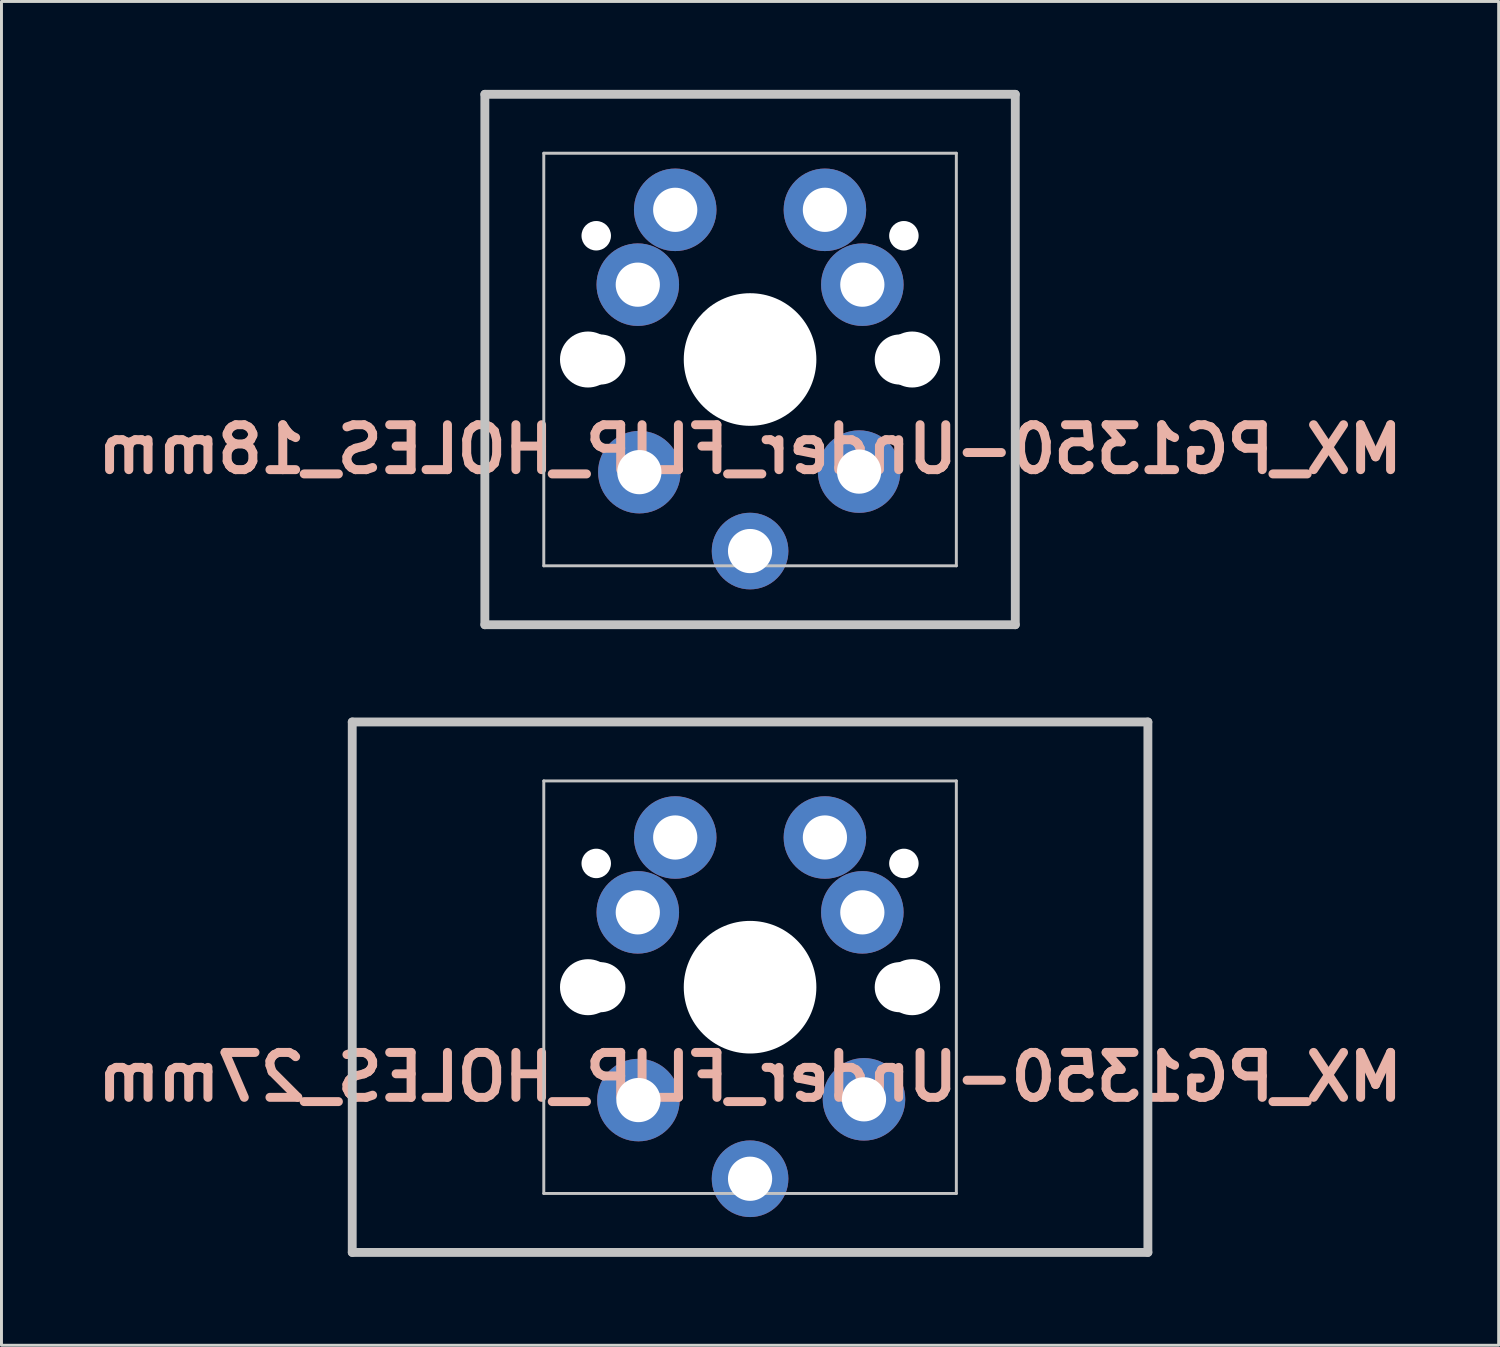
<source format=kicad_pcb>
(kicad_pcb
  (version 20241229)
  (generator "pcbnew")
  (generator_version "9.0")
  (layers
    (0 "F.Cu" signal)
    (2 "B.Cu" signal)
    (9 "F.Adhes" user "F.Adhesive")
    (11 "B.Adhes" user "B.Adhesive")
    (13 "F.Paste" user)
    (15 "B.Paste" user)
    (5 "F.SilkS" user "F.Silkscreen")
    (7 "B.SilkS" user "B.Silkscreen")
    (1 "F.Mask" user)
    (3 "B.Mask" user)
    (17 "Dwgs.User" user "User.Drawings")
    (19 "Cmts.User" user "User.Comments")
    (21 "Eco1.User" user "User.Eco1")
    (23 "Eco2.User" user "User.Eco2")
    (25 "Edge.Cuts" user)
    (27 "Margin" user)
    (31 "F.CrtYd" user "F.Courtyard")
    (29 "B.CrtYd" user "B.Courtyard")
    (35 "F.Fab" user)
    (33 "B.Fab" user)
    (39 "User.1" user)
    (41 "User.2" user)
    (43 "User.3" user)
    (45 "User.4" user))
  (footprint "MX_PG1350-Under_FLIP_HOLES_27mm"
    (layer "F.Cu")
    (at 22.403 30.45)
    (property "Reference" "MX_PG1350-Under_FLIP_HOLES_27mm" (at 0 3.048 180) (layer "B.SilkS") (effects (font (size 1.524 1.524) (thickness 0.305)) (justify mirror)))
    (attr through_hole)
    (fp_line (start -13.5 -9) (end 13.5 -9) (stroke (width 0.3) (type solid)) (layer "Dwgs.User"))
    (fp_line (start -13.5 9) (end -13.5 -9) (stroke (width 0.3) (type solid)) (layer "Dwgs.User"))
    (fp_line (start -7 -7) (end 7 -7) (stroke (width 0.1) (type solid)) (layer "Dwgs.User"))
    (fp_line (start -7 7) (end -7 -7) (stroke (width 0.1) (type solid)) (layer "Dwgs.User"))
    (fp_line (start 7 -7) (end 7 7) (stroke (width 0.1) (type solid)) (layer "Dwgs.User"))
    (fp_line (start 7 7) (end -7 7) (stroke (width 0.1) (type solid)) (layer "Dwgs.User"))
    (fp_line (start 13.5 -9) (end 13.5 9) (stroke (width 0.3) (type solid)) (layer "Dwgs.User"))
    (fp_line (start 13.5 9) (end -13.5 9) (stroke (width 0.3) (type solid)) (layer "Dwgs.User"))
    (pad "" np_thru_hole circle (at -5.5 0) (size 1.9 1.9) (drill 1.9) (layers "*.Cu" "*.Mask"))
    (pad "" np_thru_hole circle (at -5.22 -4.2) (size 1 1) (drill 1) (layers "*.Cu" "*.Mask"))
    (pad "" np_thru_hole circle (at -5.08 0) (size 1.7 1.7) (drill 1.7) (layers "*.Cu" "*.Mask"))
    (pad "" np_thru_hole circle (at 0 0) (size 4.5 4.5) (drill 4.5) (layers "*.Cu" "*.Mask"))
    (pad "" np_thru_hole circle (at 5.08 0) (size 1.7 1.7) (drill 1.7) (layers "*.Cu" "*.Mask"))
    (pad "" np_thru_hole circle (at 5.22 -4.2) (size 1 1) (drill 1) (layers "*.Cu" "*.Mask"))
    (pad "" np_thru_hole circle (at 5.5 0) (size 1.9 1.9) (drill 1.9) (layers "*.Cu" "*.Mask"))
    (pad "1" thru_hole circle (at -3.81 -2.54) (size 2.8 2.8) (drill 1.5) (layers "*.Cu" "*.Mask"))
    (pad "1" thru_hole circle (at -2.54 -5.08) (size 2.8 2.8) (drill 1.5) (layers "*.Cu" "*.Mask"))
    (pad "1" thru_hole circle (at 0 6.5) (size 2.6 2.6) (drill 1.5) (layers "*.Cu" "*.Mask"))
    (pad "2" thru_hole circle (at -3.788 3.83) (size 2.8 2.8) (drill 1.5) (layers "*.Cu" "*.Mask"))
    (pad "2" thru_hole circle (at 2.54 -5.08) (size 2.8 2.8) (drill 1.5) (layers "*.Cu" "*.Mask"))
    (pad "2" thru_hole circle (at 3.81 -2.54) (size 2.8 2.8) (drill 1.5) (layers "*.Cu" "*.Mask"))
    (pad "2" thru_hole circle (at 3.866 3.805) (size 2.8 2.8) (drill 1.5) (layers "*.Cu" "*.Mask")))
  (footprint "MX_PG1350-Under_FLIP_HOLES_18mm"
    (layer "F.Cu")
    (at 22.403 9.15)
    (property "Reference" "MX_PG1350-Under_FLIP_HOLES_18mm" (at 0 3.048 0) (layer "B.SilkS") (effects (font (size 1.524 1.524) (thickness 0.305)) (justify mirror)))
    (attr through_hole)
    (fp_line (start -9 -9) (end 9 -9) (stroke (width 0.3) (type solid)) (layer "Dwgs.User"))
    (fp_line (start -9 9) (end -9 -9) (stroke (width 0.3) (type solid)) (layer "Dwgs.User"))
    (fp_line (start -7 -7) (end 7 -7) (stroke (width 0.1) (type solid)) (layer "Dwgs.User"))
    (fp_line (start -7 7) (end -7 -7) (stroke (width 0.1) (type solid)) (layer "Dwgs.User"))
    (fp_line (start 7 -7) (end 7 7) (stroke (width 0.1) (type solid)) (layer "Dwgs.User"))
    (fp_line (start 7 7) (end -7 7) (stroke (width 0.1) (type solid)) (layer "Dwgs.User"))
    (fp_line (start 9 -9) (end 9 9) (stroke (width 0.3) (type solid)) (layer "Dwgs.User"))
    (fp_line (start 9 9) (end -9 9) (stroke (width 0.3) (type solid)) (layer "Dwgs.User"))
    (pad "" np_thru_hole circle (at -5.5 0) (size 1.9 1.9) (drill 1.9) (layers "*.Cu" "*.Mask"))
    (pad "" np_thru_hole circle (at -5.22 -4.2) (size 1 1) (drill 1) (layers "*.Cu" "*.Mask"))
    (pad "" np_thru_hole circle (at -5.08 0) (size 1.7 1.7) (drill 1.7) (layers "*.Cu" "*.Mask"))
    (pad "" np_thru_hole circle (at 0 0) (size 4.5 4.5) (drill 4.5) (layers "*.Cu" "*.Mask"))
    (pad "" np_thru_hole circle (at 5.08 0) (size 1.7 1.7) (drill 1.7) (layers "*.Cu" "*.Mask"))
    (pad "" np_thru_hole circle (at 5.22 -4.2) (size 1 1) (drill 1) (layers "*.Cu" "*.Mask"))
    (pad "" np_thru_hole circle (at 5.5 0) (size 1.9 1.9) (drill 1.9) (layers "*.Cu" "*.Mask"))
    (pad "1" thru_hole circle (at -3.81 -2.54) (size 2.8 2.8) (drill 1.5) (layers "*.Cu" "*.Mask"))
    (pad "1" thru_hole circle (at -2.54 -5.08) (size 2.8 2.8) (drill 1.5) (layers "*.Cu" "*.Mask"))
    (pad "1" thru_hole circle (at 0 6.5) (size 2.6 2.6) (drill 1.5) (layers "*.Cu" "*.Mask"))
    (pad "2" thru_hole circle (at -3.757 3.822) (size 2.8 2.8) (drill 1.5) (layers "*.Cu" "*.Mask"))
    (pad "2" thru_hole circle (at 2.54 -5.08) (size 2.8 2.8) (drill 1.5) (layers "*.Cu" "*.Mask"))
    (pad "2" thru_hole circle (at 3.7 3.803) (size 2.8 2.8) (drill 1.5) (layers "*.Cu" "*.Mask"))
    (pad "2" thru_hole circle (at 3.81 -2.54) (size 2.8 2.8) (drill 1.5) (layers "*.Cu" "*.Mask")))
  (gr_rect
    (start -3 -3)
    (end 47.806 42.6)
    (stroke (width 0.1) (type default))
    (fill no)
    (layer "Edge.Cuts")))
</source>
